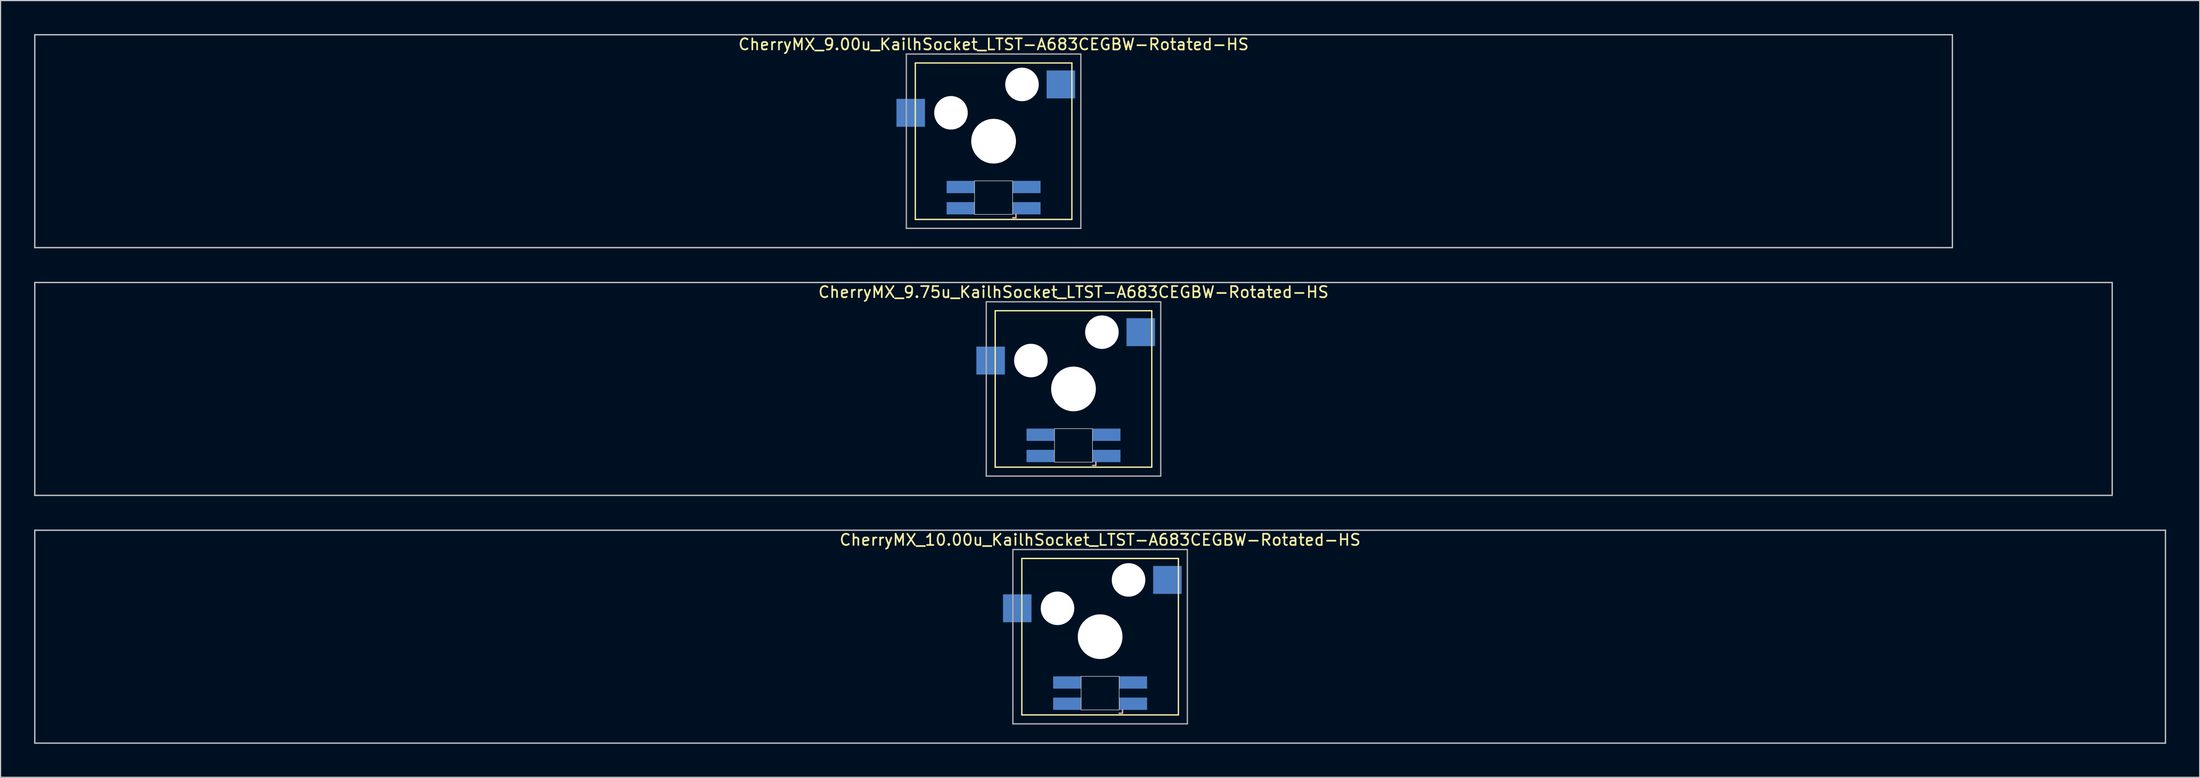
<source format=kicad_pcb>
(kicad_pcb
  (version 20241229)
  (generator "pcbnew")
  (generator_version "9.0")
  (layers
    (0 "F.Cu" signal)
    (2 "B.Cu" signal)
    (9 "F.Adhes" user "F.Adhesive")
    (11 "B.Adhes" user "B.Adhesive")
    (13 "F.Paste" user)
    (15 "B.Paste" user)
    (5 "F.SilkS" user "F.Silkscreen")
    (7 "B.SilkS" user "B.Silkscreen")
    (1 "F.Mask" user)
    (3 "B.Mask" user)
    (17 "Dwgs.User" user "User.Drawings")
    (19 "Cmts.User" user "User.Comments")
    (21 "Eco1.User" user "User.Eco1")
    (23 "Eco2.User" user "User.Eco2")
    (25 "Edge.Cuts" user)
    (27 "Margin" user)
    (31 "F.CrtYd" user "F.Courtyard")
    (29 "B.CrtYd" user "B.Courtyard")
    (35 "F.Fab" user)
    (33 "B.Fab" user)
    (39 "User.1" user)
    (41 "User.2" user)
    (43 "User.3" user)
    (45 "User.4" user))
  (footprint "CherryMX_9.75u_KailhSocket_LTST-A683CEGBW-Rotated-HS"
    (layer "F.Cu")
    (at 92.929 31.755)
    (property "Reference" "CherryMX_9.75u_KailhSocket_LTST-A683CEGBW-Rotated-HS" (at 0 -8.662 0) (layer "F.SilkS") (effects (font (size 1 1) (thickness 0.15))))
    (attr through_hole)
    (fp_line (start -7 -7) (end -7 7) (stroke (width 0.12) (type solid)) (layer "F.SilkS"))
    (fp_line (start -7 -7) (end 7 -7) (stroke (width 0.12) (type solid)) (layer "F.SilkS"))
    (fp_line (start 7 -7) (end 7 7) (stroke (width 0.12) (type solid)) (layer "F.SilkS"))
    (fp_line (start 7 7) (end -7 7) (stroke (width 0.12) (type solid)) (layer "F.SilkS"))
    (fp_line (start 1.7 6.85) (end 2 6.85) (stroke (width 0.12) (type solid)) (layer "B.SilkS"))
    (fp_line (start 2 6.85) (end 2 6.55) (stroke (width 0.12) (type solid)) (layer "B.SilkS"))
    (fp_line (start -92.869 -9.525) (end 92.869 -9.525) (stroke (width 0.12) (type solid)) (layer "Dwgs.User"))
    (fp_line (start -92.869 9.525) (end -92.869 -9.525) (stroke (width 0.12) (type solid)) (layer "Dwgs.User"))
    (fp_line (start 92.869 -9.525) (end 92.869 9.525) (stroke (width 0.12) (type solid)) (layer "Dwgs.User"))
    (fp_line (start 92.869 9.525) (end -92.869 9.525) (stroke (width 0.12) (type solid)) (layer "Dwgs.User"))
    (fp_line (start -1.7 3.55) (end 1.7 3.55) (stroke (width 0.05) (type solid)) (layer "Edge.Cuts"))
    (fp_line (start -1.7 6.55) (end -1.7 3.55) (stroke (width 0.05) (type solid)) (layer "Edge.Cuts"))
    (fp_line (start 1.7 3.55) (end 1.7 6.55) (stroke (width 0.05) (type solid)) (layer "Edge.Cuts"))
    (fp_line (start 1.7 6.55) (end -1.7 6.55) (stroke (width 0.05) (type solid)) (layer "Edge.Cuts"))
    (fp_line (start -7.8 -7.8) (end -7.8 7.8) (stroke (width 0.12) (type solid)) (layer "F.Fab"))
    (fp_line (start -7.8 -7.8) (end 7.8 -7.8) (stroke (width 0.12) (type solid)) (layer "F.Fab"))
    (fp_line (start -7.8 7.8) (end 7.8 7.8) (stroke (width 0.12) (type solid)) (layer "F.Fab"))
    (fp_line (start 7.8 -7.8) (end 7.8 7.8) (stroke (width 0.12) (type solid)) (layer "F.Fab"))
    (pad "" np_thru_hole circle (at -3.81 -2.54) (size 3 3) (drill 3) (layers "*.Cu" "*.Mask"))
    (pad "" np_thru_hole circle (at 0 0) (size 4 4) (drill 4) (layers "*.Cu" "*.Mask"))
    (pad "" np_thru_hole circle (at 2.54 -5.08) (size 3 3) (drill 3) (layers "*.Cu" "*.Mask"))
    (pad "1" smd rect (at -7.41 -2.54) (size 2.55 2.5) (layers "B.Cu" "B.Mask" "B.Paste"))
    (pad "2" smd rect (at 6.015 -5.08) (size 2.55 2.5) (layers "B.Cu" "B.Mask" "B.Paste"))
    (pad "3" smd rect (at 2.95 6) (size 2.5 1.1) (layers "B.Cu" "B.Mask" "B.Paste"))
    (pad "4" smd rect (at 2.95 4.1) (size 2.5 1.1) (layers "B.Cu" "B.Mask" "B.Paste"))
    (pad "5" smd rect (at -2.95 6) (size 2.5 1.1) (layers "B.Cu" "B.Mask" "B.Paste"))
    (pad "6" smd rect (at -2.95 4.1) (size 2.5 1.1) (layers "B.Cu" "B.Mask" "B.Paste")))
  (footprint "CherryMX_9.00u_KailhSocket_LTST-A683CEGBW-Rotated-HS"
    (layer "F.Cu")
    (at 85.785 9.585)
    (property "Reference" "CherryMX_9.00u_KailhSocket_LTST-A683CEGBW-Rotated-HS" (at 0 -8.662 0) (layer "F.SilkS") (effects (font (size 1 1) (thickness 0.15))))
    (attr through_hole)
    (fp_line (start -7 -7) (end -7 7) (stroke (width 0.12) (type solid)) (layer "F.SilkS"))
    (fp_line (start -7 -7) (end 7 -7) (stroke (width 0.12) (type solid)) (layer "F.SilkS"))
    (fp_line (start 7 -7) (end 7 7) (stroke (width 0.12) (type solid)) (layer "F.SilkS"))
    (fp_line (start 7 7) (end -7 7) (stroke (width 0.12) (type solid)) (layer "F.SilkS"))
    (fp_line (start 1.7 6.85) (end 2 6.85) (stroke (width 0.12) (type solid)) (layer "B.SilkS"))
    (fp_line (start 2 6.85) (end 2 6.55) (stroke (width 0.12) (type solid)) (layer "B.SilkS"))
    (fp_line (start -85.725 -9.525) (end 85.725 -9.525) (stroke (width 0.12) (type solid)) (layer "Dwgs.User"))
    (fp_line (start -85.725 9.525) (end -85.725 -9.525) (stroke (width 0.12) (type solid)) (layer "Dwgs.User"))
    (fp_line (start 85.725 -9.525) (end 85.725 9.525) (stroke (width 0.12) (type solid)) (layer "Dwgs.User"))
    (fp_line (start 85.725 9.525) (end -85.725 9.525) (stroke (width 0.12) (type solid)) (layer "Dwgs.User"))
    (fp_line (start -1.7 3.55) (end 1.7 3.55) (stroke (width 0.05) (type solid)) (layer "Edge.Cuts"))
    (fp_line (start -1.7 6.55) (end -1.7 3.55) (stroke (width 0.05) (type solid)) (layer "Edge.Cuts"))
    (fp_line (start 1.7 3.55) (end 1.7 6.55) (stroke (width 0.05) (type solid)) (layer "Edge.Cuts"))
    (fp_line (start 1.7 6.55) (end -1.7 6.55) (stroke (width 0.05) (type solid)) (layer "Edge.Cuts"))
    (fp_line (start -7.8 -7.8) (end -7.8 7.8) (stroke (width 0.12) (type solid)) (layer "F.Fab"))
    (fp_line (start -7.8 -7.8) (end 7.8 -7.8) (stroke (width 0.12) (type solid)) (layer "F.Fab"))
    (fp_line (start -7.8 7.8) (end 7.8 7.8) (stroke (width 0.12) (type solid)) (layer "F.Fab"))
    (fp_line (start 7.8 -7.8) (end 7.8 7.8) (stroke (width 0.12) (type solid)) (layer "F.Fab"))
    (pad "" np_thru_hole circle (at -3.81 -2.54) (size 3 3) (drill 3) (layers "*.Cu" "*.Mask"))
    (pad "" np_thru_hole circle (at 0 0) (size 4 4) (drill 4) (layers "*.Cu" "*.Mask"))
    (pad "" np_thru_hole circle (at 2.54 -5.08) (size 3 3) (drill 3) (layers "*.Cu" "*.Mask"))
    (pad "1" smd rect (at -7.41 -2.54) (size 2.55 2.5) (layers "B.Cu" "B.Mask" "B.Paste"))
    (pad "2" smd rect (at 6.015 -5.08) (size 2.55 2.5) (layers "B.Cu" "B.Mask" "B.Paste"))
    (pad "3" smd rect (at 2.95 6) (size 2.5 1.1) (layers "B.Cu" "B.Mask" "B.Paste"))
    (pad "4" smd rect (at 2.95 4.1) (size 2.5 1.1) (layers "B.Cu" "B.Mask" "B.Paste"))
    (pad "5" smd rect (at -2.95 6) (size 2.5 1.1) (layers "B.Cu" "B.Mask" "B.Paste"))
    (pad "6" smd rect (at -2.95 4.1) (size 2.5 1.1) (layers "B.Cu" "B.Mask" "B.Paste")))
  (footprint "CherryMX_10.00u_KailhSocket_LTST-A683CEGBW-Rotated-HS"
    (layer "F.Cu")
    (at 95.31 53.925)
    (property "Reference" "CherryMX_10.00u_KailhSocket_LTST-A683CEGBW-Rotated-HS" (at 0 -8.662 0) (layer "F.SilkS") (effects (font (size 1 1) (thickness 0.15))))
    (attr through_hole)
    (fp_line (start -7 -7) (end -7 7) (stroke (width 0.12) (type solid)) (layer "F.SilkS"))
    (fp_line (start -7 -7) (end 7 -7) (stroke (width 0.12) (type solid)) (layer "F.SilkS"))
    (fp_line (start 7 -7) (end 7 7) (stroke (width 0.12) (type solid)) (layer "F.SilkS"))
    (fp_line (start 7 7) (end -7 7) (stroke (width 0.12) (type solid)) (layer "F.SilkS"))
    (fp_line (start 1.7 6.85) (end 2 6.85) (stroke (width 0.12) (type solid)) (layer "B.SilkS"))
    (fp_line (start 2 6.85) (end 2 6.55) (stroke (width 0.12) (type solid)) (layer "B.SilkS"))
    (fp_line (start -95.25 -9.525) (end 95.25 -9.525) (stroke (width 0.12) (type solid)) (layer "Dwgs.User"))
    (fp_line (start -95.25 9.525) (end -95.25 -9.525) (stroke (width 0.12) (type solid)) (layer "Dwgs.User"))
    (fp_line (start 95.25 -9.525) (end 95.25 9.525) (stroke (width 0.12) (type solid)) (layer "Dwgs.User"))
    (fp_line (start 95.25 9.525) (end -95.25 9.525) (stroke (width 0.12) (type solid)) (layer "Dwgs.User"))
    (fp_line (start -1.7 3.55) (end 1.7 3.55) (stroke (width 0.05) (type solid)) (layer "Edge.Cuts"))
    (fp_line (start -1.7 6.55) (end -1.7 3.55) (stroke (width 0.05) (type solid)) (layer "Edge.Cuts"))
    (fp_line (start 1.7 3.55) (end 1.7 6.55) (stroke (width 0.05) (type solid)) (layer "Edge.Cuts"))
    (fp_line (start 1.7 6.55) (end -1.7 6.55) (stroke (width 0.05) (type solid)) (layer "Edge.Cuts"))
    (fp_line (start -7.8 -7.8) (end -7.8 7.8) (stroke (width 0.12) (type solid)) (layer "F.Fab"))
    (fp_line (start -7.8 -7.8) (end 7.8 -7.8) (stroke (width 0.12) (type solid)) (layer "F.Fab"))
    (fp_line (start -7.8 7.8) (end 7.8 7.8) (stroke (width 0.12) (type solid)) (layer "F.Fab"))
    (fp_line (start 7.8 -7.8) (end 7.8 7.8) (stroke (width 0.12) (type solid)) (layer "F.Fab"))
    (pad "" np_thru_hole circle (at -3.81 -2.54) (size 3 3) (drill 3) (layers "*.Cu" "*.Mask"))
    (pad "" np_thru_hole circle (at 0 0) (size 4 4) (drill 4) (layers "*.Cu" "*.Mask"))
    (pad "" np_thru_hole circle (at 2.54 -5.08) (size 3 3) (drill 3) (layers "*.Cu" "*.Mask"))
    (pad "1" smd rect (at -7.41 -2.54) (size 2.55 2.5) (layers "B.Cu" "B.Mask" "B.Paste"))
    (pad "2" smd rect (at 6.015 -5.08) (size 2.55 2.5) (layers "B.Cu" "B.Mask" "B.Paste"))
    (pad "3" smd rect (at 2.95 6) (size 2.5 1.1) (layers "B.Cu" "B.Mask" "B.Paste"))
    (pad "4" smd rect (at 2.95 4.1) (size 2.5 1.1) (layers "B.Cu" "B.Mask" "B.Paste"))
    (pad "5" smd rect (at -2.95 6) (size 2.5 1.1) (layers "B.Cu" "B.Mask" "B.Paste"))
    (pad "6" smd rect (at -2.95 4.1) (size 2.5 1.1) (layers "B.Cu" "B.Mask" "B.Paste")))
  (gr_rect
    (start -3 -3)
    (end 193.62 66.51)
    (stroke (width 0.1) (type default))
    (fill no)
    (layer "Edge.Cuts")))
</source>
